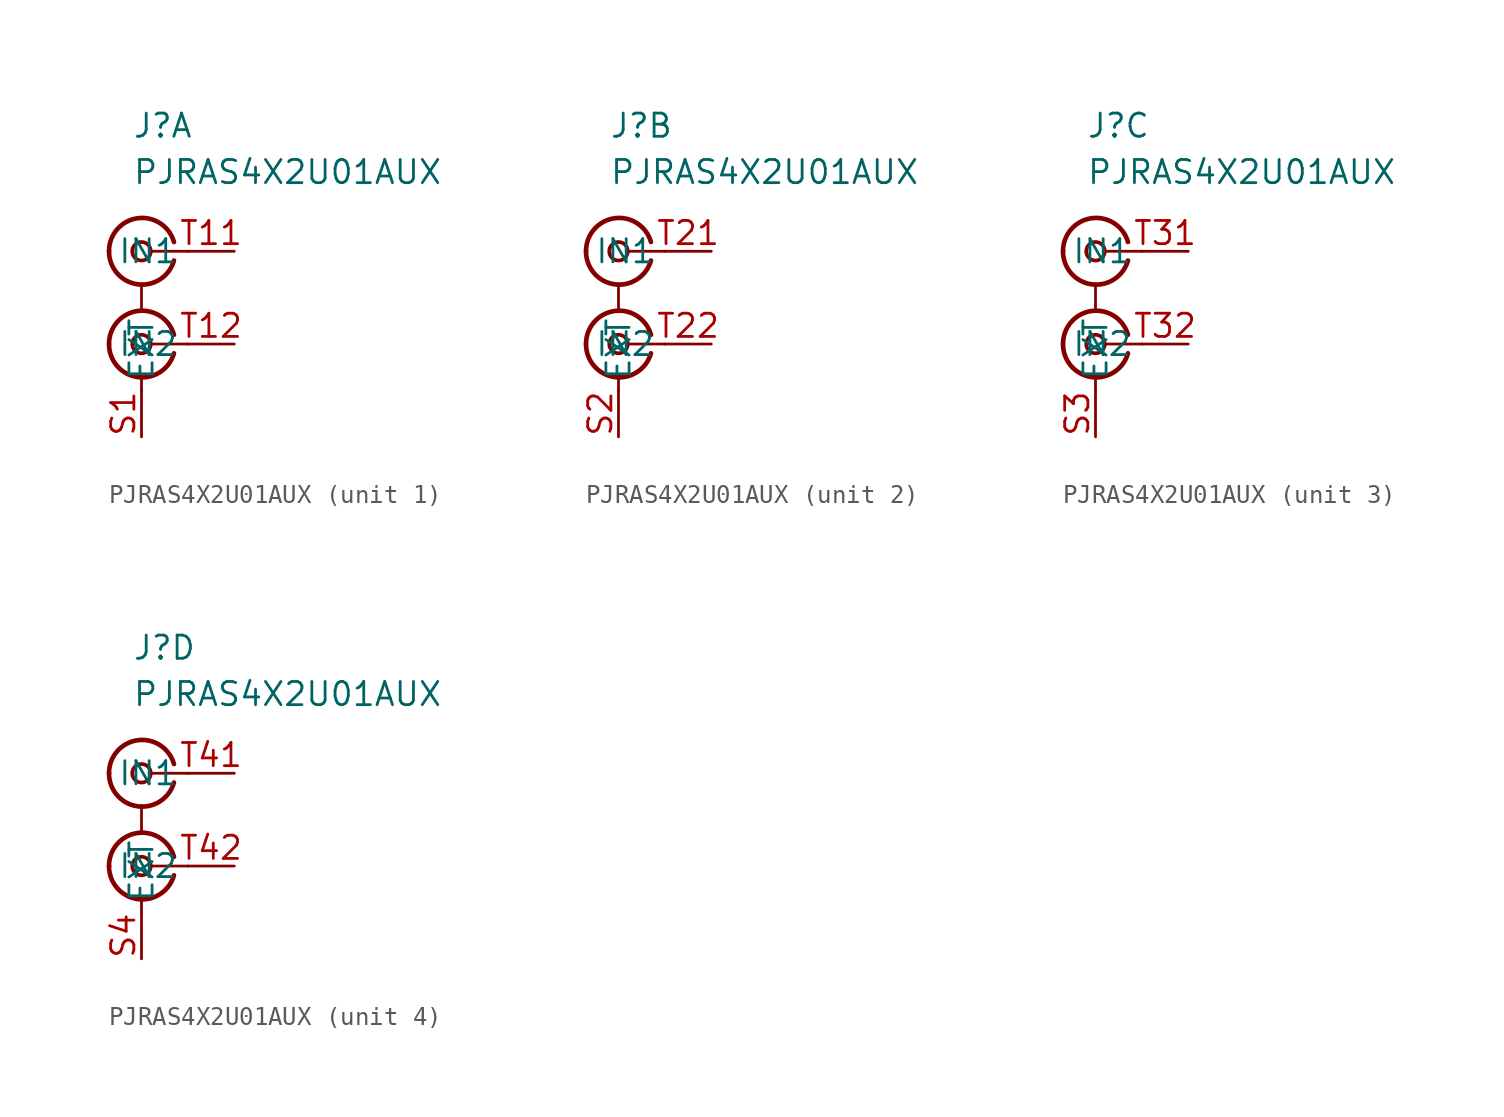
<source format=kicad_sym>
(kicad_symbol_lib
  (version 20241209)
  (generator "kicad_symbol_editor")
  (generator_version "9.0")
  (symbol "PJRAS4X2U01AUX"
    (property "Reference" "J"
      (at 2.032 3.81 0)
      (effects (font (size 1.27 1.27)) (justify left top)))
    (property "Value" "PJRAS4X2U01AUX"
      (at 2.032 1.27 0)
      (effects (font (size 1.27 1.27)) (justify left top)))
    (symbol "PJRAS4X2U01AUX_0_1"
      (circle (center 2.54 -3.81) (radius 0.508) (stroke (width 0.203) (type default)) (fill (type none)))
      (polyline (pts (xy 2.54 -5.588) (xy 2.54 -6.985)) (stroke (width 0) (type default)) (fill (type none)))
      (circle (center 2.54 -8.89) (radius 0.508) (stroke (width 0.203) (type default)) (fill (type none)))
      (polyline (pts (xy 2.54 -11.43) (xy 2.54 -10.668)) (stroke (width 0) (type default)) (fill (type none)))
      (arc (start 0.762 -3.81) (mid 2.3179 -2.0017) (end 4.318 -3.302) (stroke (width 0.254) (type default)) (fill (type none)))
      (arc (start 4.318 -4.318) (mid 2.318 -5.6179) (end 0.762 -3.81) (stroke (width 0.254) (type default)) (fill (type none)))
      (arc (start 0.762 -8.89) (mid 2.3179 -7.0817) (end 4.318 -8.382) (stroke (width 0.254) (type default)) (fill (type none)))
      (arc (start 4.318 -9.398) (mid 2.318 -10.6979) (end 0.762 -8.89) (stroke (width 0.254) (type default)) (fill (type none)))
      (polyline (pts (xy 5.08 -3.81) (xy 3.048 -3.81)) (stroke (width 0) (type default)) (fill (type none)))
      (polyline (pts (xy 5.08 -8.89) (xy 3.048 -8.89)) (stroke (width 0) (type default)) (fill (type none))))
    (symbol "PJRAS4X2U01AUX_1_1"
      (pin passive line (at 2.54 -13.97 90) (length 2.54) (name "EXT" (effects (font (size 1.27 1.27)))) (number "S1" (effects (font (size 1.27 1.27)))))
      (pin passive line (at 7.62 -3.81 180) (length 2.54) (name "IN1" (effects (font (size 1.27 1.27)))) (number "T11" (effects (font (size 1.27 1.27)))))
      (pin passive line (at 7.62 -8.89 180) (length 2.54) (name "IN2" (effects (font (size 1.27 1.27)))) (number "T12" (effects (font (size 1.27 1.27))))))
    (symbol "PJRAS4X2U01AUX_2_1"
      (pin passive line (at 2.54 -13.97 90) (length 2.54) (name "EXT" (effects (font (size 1.27 1.27)))) (number "S2" (effects (font (size 1.27 1.27)))))
      (pin passive line (at 7.62 -3.81 180) (length 2.54) (name "IN1" (effects (font (size 1.27 1.27)))) (number "T21" (effects (font (size 1.27 1.27)))))
      (pin passive line (at 7.62 -8.89 180) (length 2.54) (name "IN2" (effects (font (size 1.27 1.27)))) (number "T22" (effects (font (size 1.27 1.27))))))
    (symbol "PJRAS4X2U01AUX_3_1"
      (pin passive line (at 2.54 -13.97 90) (length 2.54) (name "EXT" (effects (font (size 1.27 1.27)))) (number "S3" (effects (font (size 1.27 1.27)))))
      (pin passive line (at 7.62 -3.81 180) (length 2.54) (name "IN1" (effects (font (size 1.27 1.27)))) (number "T31" (effects (font (size 1.27 1.27)))))
      (pin passive line (at 7.62 -8.89 180) (length 2.54) (name "IN2" (effects (font (size 1.27 1.27)))) (number "T32" (effects (font (size 1.27 1.27))))))
    (symbol "PJRAS4X2U01AUX_4_1"
      (pin passive line (at 2.54 -13.97 90) (length 2.54) (name "EXT" (effects (font (size 1.27 1.27)))) (number "S4" (effects (font (size 1.27 1.27)))))
      (pin passive line (at 7.62 -3.81 180) (length 2.54) (name "IN1" (effects (font (size 1.27 1.27)))) (number "T41" (effects (font (size 1.27 1.27)))))
      (pin passive line (at 7.62 -8.89 180) (length 2.54) (name "IN2" (effects (font (size 1.27 1.27)))) (number "T42" (effects (font (size 1.27 1.27))))))))
</source>
